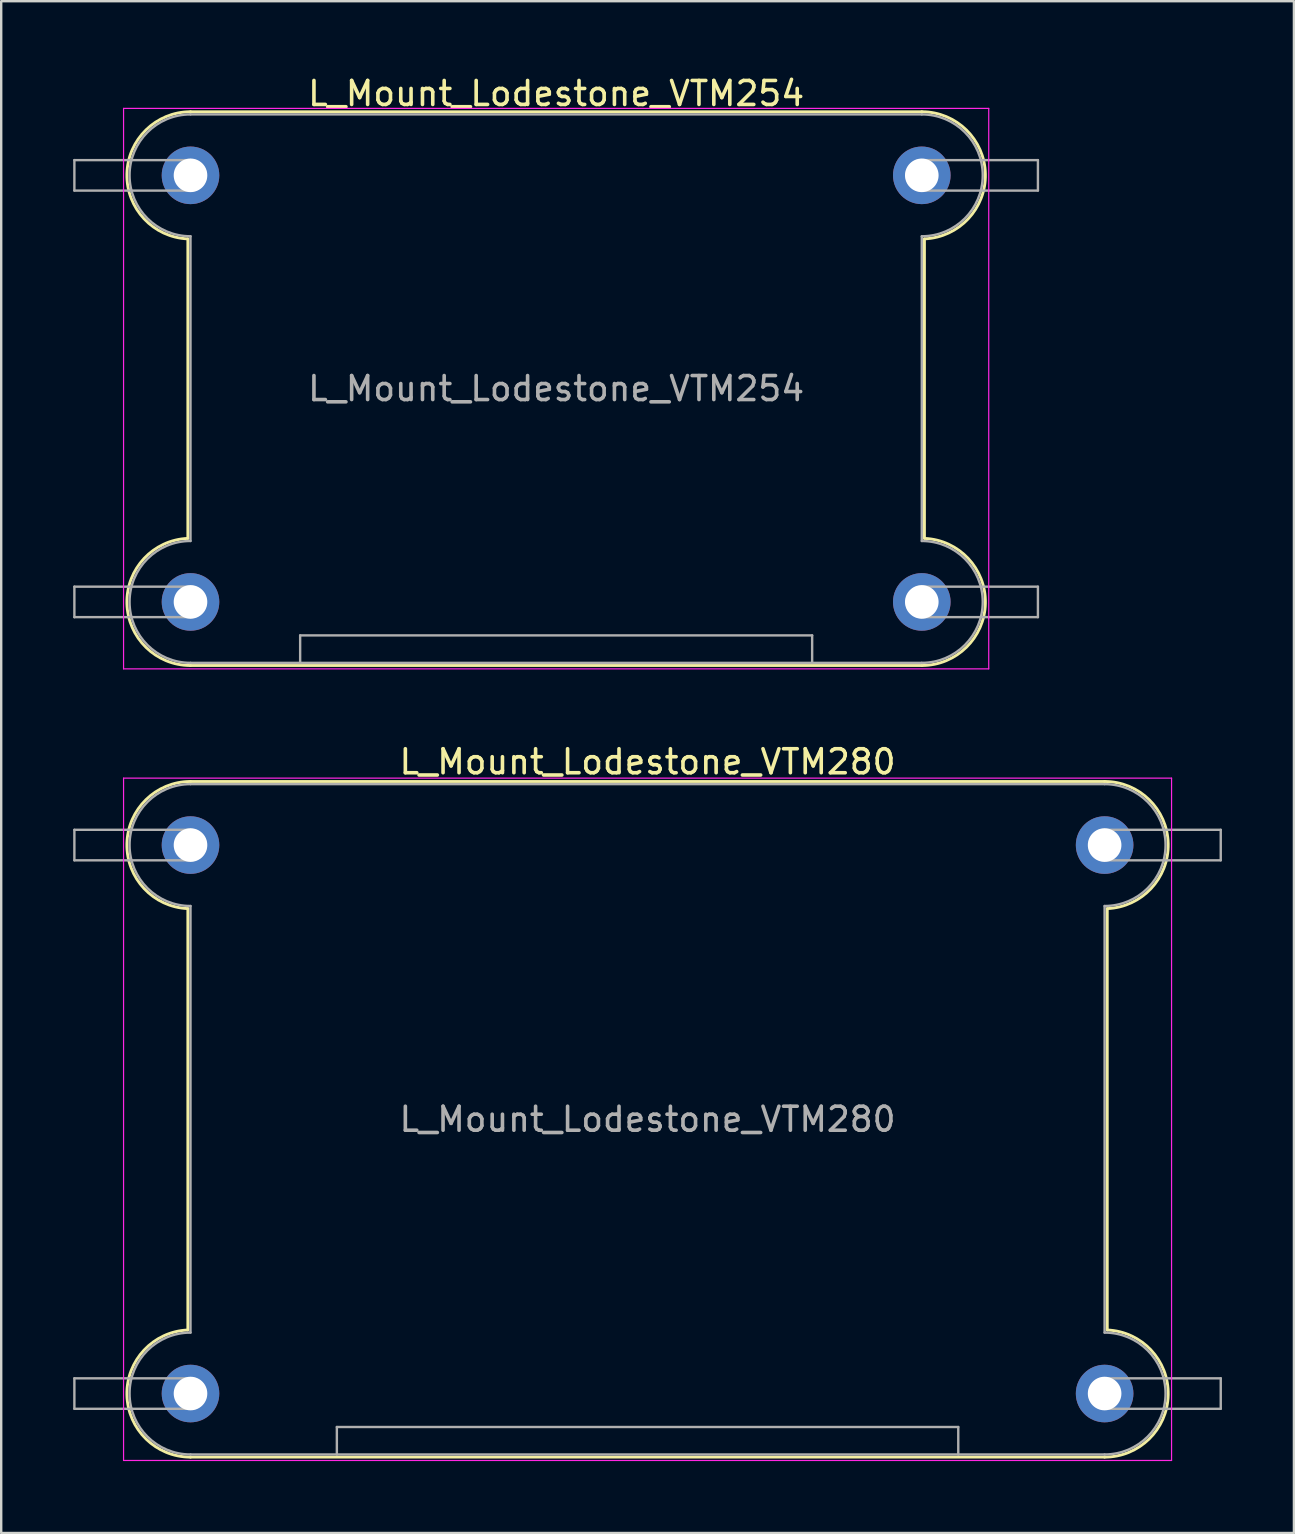
<source format=kicad_pcb>
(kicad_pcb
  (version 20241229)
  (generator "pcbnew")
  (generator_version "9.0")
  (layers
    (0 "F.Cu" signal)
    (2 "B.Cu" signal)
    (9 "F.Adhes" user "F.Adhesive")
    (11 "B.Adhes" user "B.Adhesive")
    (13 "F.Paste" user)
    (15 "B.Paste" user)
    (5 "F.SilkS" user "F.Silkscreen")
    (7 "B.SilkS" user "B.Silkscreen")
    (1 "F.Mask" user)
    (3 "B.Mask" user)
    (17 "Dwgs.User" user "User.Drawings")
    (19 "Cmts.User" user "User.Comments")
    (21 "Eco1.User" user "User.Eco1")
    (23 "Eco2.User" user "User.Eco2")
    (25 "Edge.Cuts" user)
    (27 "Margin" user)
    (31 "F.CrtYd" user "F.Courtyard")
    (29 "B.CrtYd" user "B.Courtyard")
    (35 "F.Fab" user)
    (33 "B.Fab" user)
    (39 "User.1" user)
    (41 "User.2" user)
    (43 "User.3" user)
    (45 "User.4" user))
  (footprint "L_Mount_Lodestone_VTM280"
    (layer "F.Cu")
    (at 4.89 55.032)
    (property "Reference" "L_Mount_Lodestone_VTM280" (at 19.05 -26.33 0) (layer "F.SilkS") (effects (font (size 1 1) (thickness 0.15))))
    (attr through_hole)
    (fp_line (start -0.11 -2.65) (end -0.11 -20.21) (stroke (width 0.12) (type solid)) (layer "F.SilkS"))
    (fp_line (start 0 -25.51) (end 38.1 -25.51) (stroke (width 0.12) (type solid)) (layer "F.SilkS"))
    (fp_line (start 0 2.65) (end 38.1 2.65) (stroke (width 0.12) (type solid)) (layer "F.SilkS"))
    (fp_line (start 38.21 -2.65) (end 38.21 -20.21) (stroke (width 0.12) (type solid)) (layer "F.SilkS"))
    (fp_arc (start -0.11097 -20.212325) (mid -2.649418 -22.915497) (end 0 -25.51) (stroke (width 0.12) (type solid)) (layer "F.SilkS"))
    (fp_arc (start 0 2.65) (mid -2.649419 0.055497) (end -0.11097 -2.647675) (stroke (width 0.12) (type solid)) (layer "F.SilkS"))
    (fp_arc (start 38.1 -25.51) (mid 40.749419 -22.915497) (end 38.21097 -20.212325) (stroke (width 0.12) (type solid)) (layer "F.SilkS"))
    (fp_arc (start 38.21097 -2.647675) (mid 40.749418 0.055497) (end 38.1 2.65) (stroke (width 0.12) (type solid)) (layer "F.SilkS"))
    (fp_line (start -2.79 -25.65) (end 40.89 -25.65) (stroke (width 0.05) (type solid)) (layer "F.CrtYd"))
    (fp_line (start -2.79 2.79) (end -2.79 -25.65) (stroke (width 0.05) (type solid)) (layer "F.CrtYd"))
    (fp_line (start -2.79 2.79) (end 40.89 2.79) (stroke (width 0.05) (type solid)) (layer "F.CrtYd"))
    (fp_line (start 40.89 2.79) (end 40.89 -25.65) (stroke (width 0.05) (type solid)) (layer "F.CrtYd"))
    (fp_line (start -4.84 -23.495) (end 0 -23.495) (stroke (width 0.1) (type solid)) (layer "F.Fab"))
    (fp_line (start -4.84 -22.225) (end -4.84 -23.495) (stroke (width 0.1) (type solid)) (layer "F.Fab"))
    (fp_line (start -4.84 -0.635) (end 0 -0.635) (stroke (width 0.1) (type solid)) (layer "F.Fab"))
    (fp_line (start -4.84 0.635) (end -4.84 -0.635) (stroke (width 0.1) (type solid)) (layer "F.Fab"))
    (fp_line (start 0 -25.4) (end 38.1 -25.4) (stroke (width 0.1) (type solid)) (layer "F.Fab"))
    (fp_line (start 0 -22.225) (end -4.84 -22.225) (stroke (width 0.1) (type solid)) (layer "F.Fab"))
    (fp_line (start 0 -2.54) (end 0 -20.32) (stroke (width 0.1) (type solid)) (layer "F.Fab"))
    (fp_line (start 0 0.635) (end -4.84 0.635) (stroke (width 0.1) (type solid)) (layer "F.Fab"))
    (fp_line (start 0 2.54) (end 38.1 2.54) (stroke (width 0.1) (type solid)) (layer "F.Fab"))
    (fp_line (start 6.1 1.395) (end 6.1 2.54) (stroke (width 0.1) (type solid)) (layer "F.Fab"))
    (fp_line (start 6.1 1.395) (end 32 1.395) (stroke (width 0.1) (type solid)) (layer "F.Fab"))
    (fp_line (start 32 1.395) (end 32 2.54) (stroke (width 0.1) (type solid)) (layer "F.Fab"))
    (fp_line (start 38.1 -23.495) (end 42.94 -23.495) (stroke (width 0.1) (type solid)) (layer "F.Fab"))
    (fp_line (start 38.1 -2.54) (end 38.1 -20.32) (stroke (width 0.1) (type solid)) (layer "F.Fab"))
    (fp_line (start 38.1 -0.635) (end 42.94 -0.635) (stroke (width 0.1) (type solid)) (layer "F.Fab"))
    (fp_line (start 42.94 -23.495) (end 42.94 -22.225) (stroke (width 0.1) (type solid)) (layer "F.Fab"))
    (fp_line (start 42.94 -22.225) (end 38.1 -22.225) (stroke (width 0.1) (type solid)) (layer "F.Fab"))
    (fp_line (start 42.94 -0.635) (end 42.94 0.635) (stroke (width 0.1) (type solid)) (layer "F.Fab"))
    (fp_line (start 42.94 0.635) (end 38.1 0.635) (stroke (width 0.1) (type solid)) (layer "F.Fab"))
    (fp_arc (start 0 -23.495) (mid 0.635 -22.86) (end 0 -22.225) (stroke (width 0.1) (type solid)) (layer "F.Fab"))
    (fp_arc (start 0 -20.32) (mid -2.54 -22.86) (end 0 -25.4) (stroke (width 0.1) (type solid)) (layer "F.Fab"))
    (fp_arc (start 0 -0.635) (mid 0.635 0) (end 0 0.635) (stroke (width 0.1) (type solid)) (layer "F.Fab"))
    (fp_arc (start 0 2.54) (mid -2.54 0) (end 0 -2.54) (stroke (width 0.1) (type solid)) (layer "F.Fab"))
    (fp_arc (start 38.1 -25.4) (mid 40.64 -22.86) (end 38.1 -20.32) (stroke (width 0.1) (type solid)) (layer "F.Fab"))
    (fp_arc (start 38.1 -22.225) (mid 37.465 -22.86) (end 38.1 -23.495) (stroke (width 0.1) (type solid)) (layer "F.Fab"))
    (fp_arc (start 38.1 -2.54) (mid 40.64 0) (end 38.1 2.54) (stroke (width 0.1) (type solid)) (layer "F.Fab"))
    (fp_arc (start 38.1 0.635) (mid 37.465 0) (end 38.1 -0.635) (stroke (width 0.1) (type solid)) (layer "F.Fab"))
    (fp_text user "${REFERENCE}" (at 19.05 -11.43 0) (layer "F.Fab") (effects (font (size 1 1) (thickness 0.15))))
    (pad "1" thru_hole circle (at 0 0) (size 2.4 2.4) (drill 1.4) (layers "*.Cu" "*.Mask"))
    (pad "2" thru_hole circle (at 38.1 -22.86) (size 2.4 2.4) (drill 1.4) (layers "*.Cu" "*.Mask"))
    (pad "3" thru_hole circle (at 0 -22.86) (size 2.4 2.4) (drill 1.4) (layers "*.Cu" "*.Mask"))
    (pad "4" thru_hole circle (at 38.1 0) (size 2.4 2.4) (drill 1.4) (layers "*.Cu" "*.Mask")))
  (footprint "L_Mount_Lodestone_VTM254"
    (layer "F.Cu")
    (at 4.89 22.038)
    (property "Reference" "L_Mount_Lodestone_VTM254" (at 15.24 -21.19 0) (layer "F.SilkS") (effects (font (size 1 1) (thickness 0.15))))
    (attr through_hole)
    (fp_line (start -0.11 -2.65) (end -0.11 -15.13) (stroke (width 0.12) (type solid)) (layer "F.SilkS"))
    (fp_line (start 0 -20.43) (end 30.48 -20.43) (stroke (width 0.12) (type solid)) (layer "F.SilkS"))
    (fp_line (start 0 2.65) (end 30.48 2.65) (stroke (width 0.12) (type solid)) (layer "F.SilkS"))
    (fp_line (start 30.59 -2.65) (end 30.59 -15.13) (stroke (width 0.12) (type solid)) (layer "F.SilkS"))
    (fp_arc (start -0.11097 -15.132325) (mid -2.649418 -17.835497) (end 0 -20.43) (stroke (width 0.12) (type solid)) (layer "F.SilkS"))
    (fp_arc (start 0 2.65) (mid -2.649419 0.055497) (end -0.11097 -2.647675) (stroke (width 0.12) (type solid)) (layer "F.SilkS"))
    (fp_arc (start 30.48 -20.43) (mid 33.129419 -17.835497) (end 30.59097 -15.132325) (stroke (width 0.12) (type solid)) (layer "F.SilkS"))
    (fp_arc (start 30.59097 -2.647675) (mid 33.129418 0.055497) (end 30.48 2.65) (stroke (width 0.12) (type solid)) (layer "F.SilkS"))
    (fp_line (start -2.79 -20.57) (end 33.27 -20.57) (stroke (width 0.05) (type solid)) (layer "F.CrtYd"))
    (fp_line (start -2.79 2.79) (end -2.79 -20.57) (stroke (width 0.05) (type solid)) (layer "F.CrtYd"))
    (fp_line (start -2.79 2.79) (end 33.27 2.79) (stroke (width 0.05) (type solid)) (layer "F.CrtYd"))
    (fp_line (start 33.27 2.79) (end 33.27 -20.57) (stroke (width 0.05) (type solid)) (layer "F.CrtYd"))
    (fp_line (start -4.84 -18.415) (end 0 -18.415) (stroke (width 0.1) (type solid)) (layer "F.Fab"))
    (fp_line (start -4.84 -17.145) (end -4.84 -18.415) (stroke (width 0.1) (type solid)) (layer "F.Fab"))
    (fp_line (start -4.84 -0.635) (end 0 -0.635) (stroke (width 0.1) (type solid)) (layer "F.Fab"))
    (fp_line (start -4.84 0.635) (end -4.84 -0.635) (stroke (width 0.1) (type solid)) (layer "F.Fab"))
    (fp_line (start 0 -20.32) (end 30.48 -20.32) (stroke (width 0.1) (type solid)) (layer "F.Fab"))
    (fp_line (start 0 -17.145) (end -4.84 -17.145) (stroke (width 0.1) (type solid)) (layer "F.Fab"))
    (fp_line (start 0 -2.54) (end 0 -15.24) (stroke (width 0.1) (type solid)) (layer "F.Fab"))
    (fp_line (start 0 0.635) (end -4.84 0.635) (stroke (width 0.1) (type solid)) (layer "F.Fab"))
    (fp_line (start 0 2.54) (end 30.48 2.54) (stroke (width 0.1) (type solid)) (layer "F.Fab"))
    (fp_line (start 4.57 1.395) (end 4.57 2.54) (stroke (width 0.1) (type solid)) (layer "F.Fab"))
    (fp_line (start 4.57 1.395) (end 25.91 1.395) (stroke (width 0.1) (type solid)) (layer "F.Fab"))
    (fp_line (start 25.91 1.395) (end 25.91 2.54) (stroke (width 0.1) (type solid)) (layer "F.Fab"))
    (fp_line (start 30.48 -18.415) (end 35.32 -18.415) (stroke (width 0.1) (type solid)) (layer "F.Fab"))
    (fp_line (start 30.48 -2.54) (end 30.48 -15.24) (stroke (width 0.1) (type solid)) (layer "F.Fab"))
    (fp_line (start 30.48 -0.635) (end 35.32 -0.635) (stroke (width 0.1) (type solid)) (layer "F.Fab"))
    (fp_line (start 35.32 -18.415) (end 35.32 -17.145) (stroke (width 0.1) (type solid)) (layer "F.Fab"))
    (fp_line (start 35.32 -17.145) (end 30.48 -17.145) (stroke (width 0.1) (type solid)) (layer "F.Fab"))
    (fp_line (start 35.32 -0.635) (end 35.32 0.635) (stroke (width 0.1) (type solid)) (layer "F.Fab"))
    (fp_line (start 35.32 0.635) (end 30.48 0.635) (stroke (width 0.1) (type solid)) (layer "F.Fab"))
    (fp_arc (start 0 -18.415) (mid 0.635 -17.78) (end 0 -17.145) (stroke (width 0.1) (type solid)) (layer "F.Fab"))
    (fp_arc (start 0 -15.24) (mid -2.54 -17.78) (end 0 -20.32) (stroke (width 0.1) (type solid)) (layer "F.Fab"))
    (fp_arc (start 0 -0.635) (mid 0.635 0) (end 0 0.635) (stroke (width 0.1) (type solid)) (layer "F.Fab"))
    (fp_arc (start 0 2.54) (mid -2.54 0) (end 0 -2.54) (stroke (width 0.1) (type solid)) (layer "F.Fab"))
    (fp_arc (start 30.48 -20.32) (mid 33.02 -17.78) (end 30.48 -15.24) (stroke (width 0.1) (type solid)) (layer "F.Fab"))
    (fp_arc (start 30.48 -17.145) (mid 29.845 -17.78) (end 30.48 -18.415) (stroke (width 0.1) (type solid)) (layer "F.Fab"))
    (fp_arc (start 30.48 -2.54) (mid 33.02 0) (end 30.48 2.54) (stroke (width 0.1) (type solid)) (layer "F.Fab"))
    (fp_arc (start 30.48 0.635) (mid 29.845 0) (end 30.48 -0.635) (stroke (width 0.1) (type solid)) (layer "F.Fab"))
    (fp_text user "${REFERENCE}" (at 15.24 -8.89 0) (layer "F.Fab") (effects (font (size 1 1) (thickness 0.15))))
    (pad "1" thru_hole circle (at 0 0) (size 2.4 2.4) (drill 1.4) (layers "*.Cu" "*.Mask"))
    (pad "2" thru_hole circle (at 30.48 -17.78) (size 2.4 2.4) (drill 1.4) (layers "*.Cu" "*.Mask"))
    (pad "3" thru_hole circle (at 0 -17.78) (size 2.4 2.4) (drill 1.4) (layers "*.Cu" "*.Mask"))
    (pad "4" thru_hole circle (at 30.48 0) (size 2.4 2.4) (drill 1.4) (layers "*.Cu" "*.Mask")))
  (gr_rect
    (start -3 -3)
    (end 50.88 60.846)
    (stroke (width 0.1) (type default))
    (fill no)
    (layer "Edge.Cuts")))
</source>
